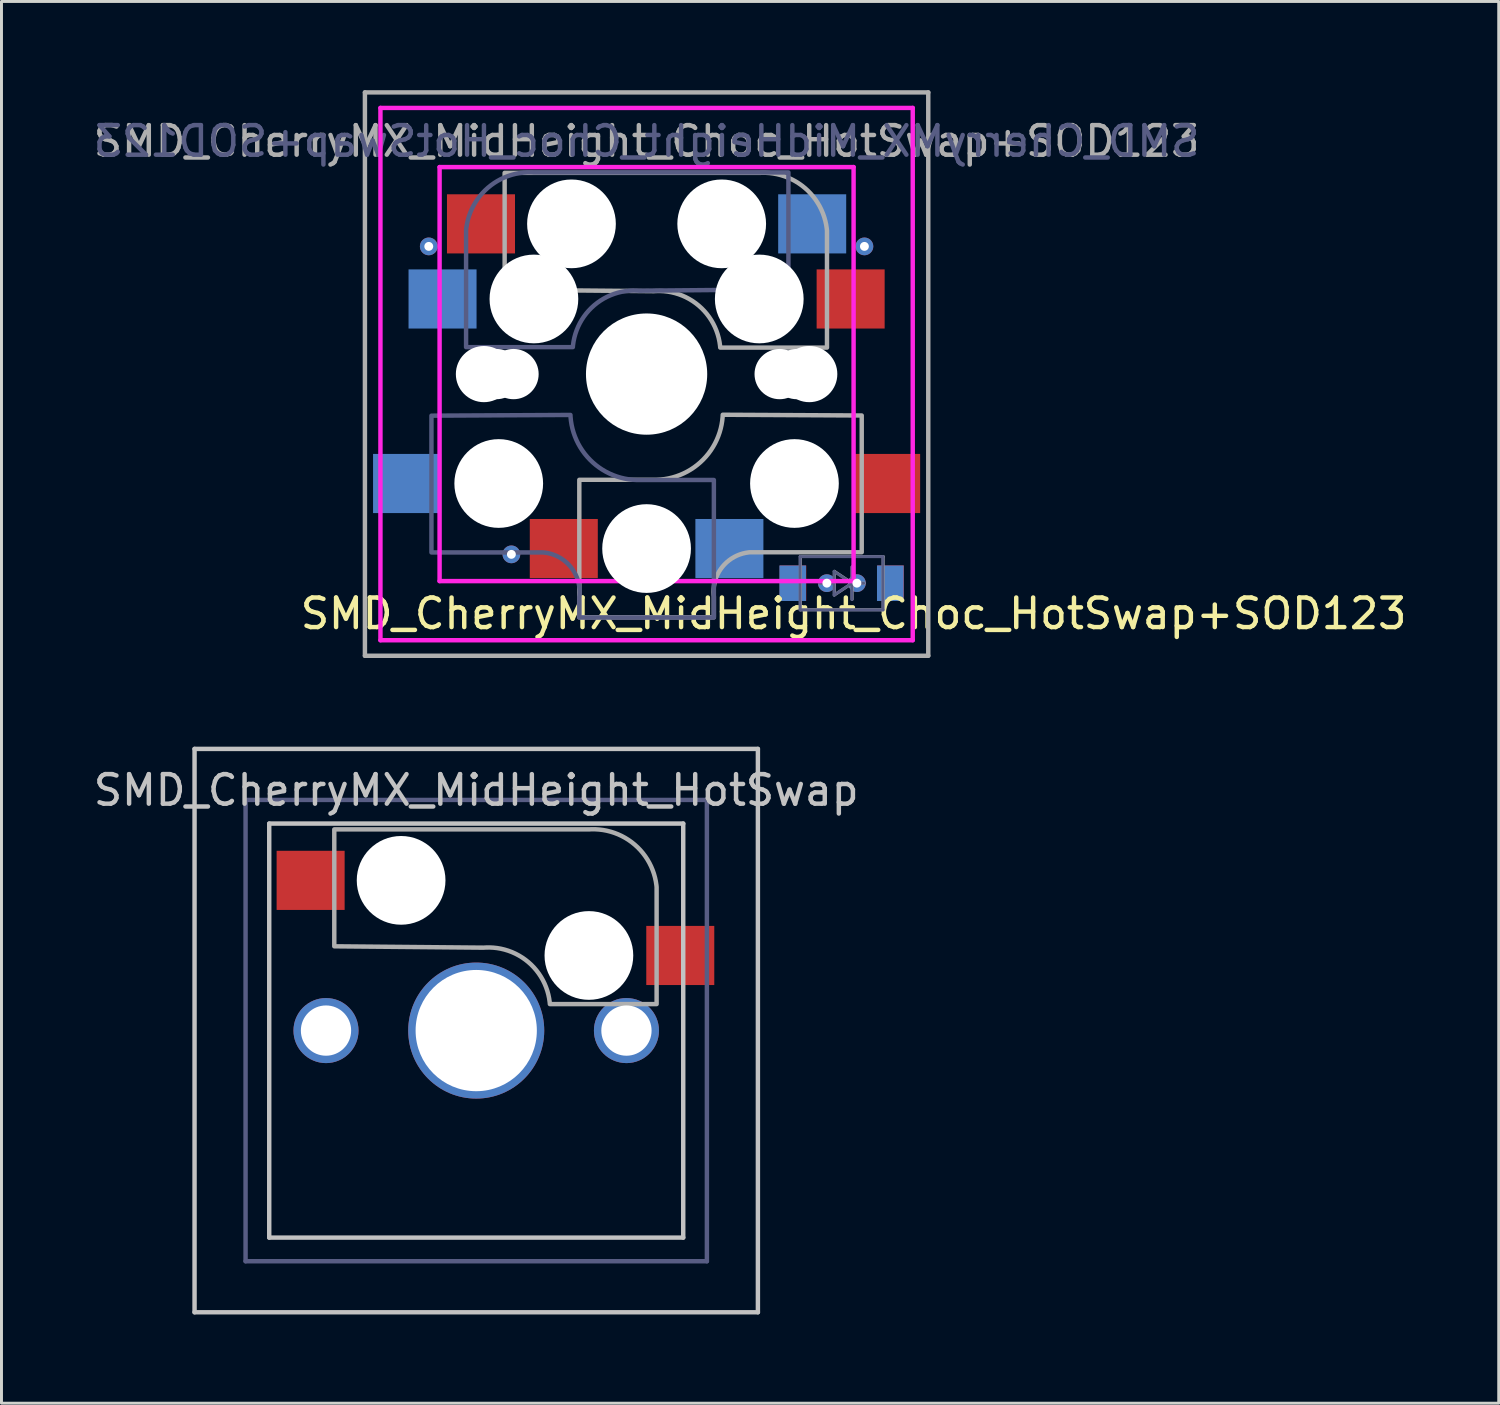
<source format=kicad_pcb>
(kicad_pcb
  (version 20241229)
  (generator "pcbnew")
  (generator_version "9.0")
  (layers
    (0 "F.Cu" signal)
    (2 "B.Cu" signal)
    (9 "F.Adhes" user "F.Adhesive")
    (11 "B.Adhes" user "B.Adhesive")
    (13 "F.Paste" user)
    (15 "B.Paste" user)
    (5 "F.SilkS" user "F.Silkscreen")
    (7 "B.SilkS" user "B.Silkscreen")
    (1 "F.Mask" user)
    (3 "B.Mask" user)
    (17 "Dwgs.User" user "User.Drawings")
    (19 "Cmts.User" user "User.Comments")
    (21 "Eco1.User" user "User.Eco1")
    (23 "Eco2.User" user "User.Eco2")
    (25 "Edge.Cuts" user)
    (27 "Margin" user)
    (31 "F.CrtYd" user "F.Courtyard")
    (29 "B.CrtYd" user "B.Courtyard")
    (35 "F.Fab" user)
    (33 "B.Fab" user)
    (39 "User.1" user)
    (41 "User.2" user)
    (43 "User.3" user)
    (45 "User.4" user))
  (footprint "SMD_CherryMX_MidHeight_Choc_HotSwap+SOD123"
    (layer "F.Cu")
    (at 18.815 9.6)
    (property "Reference" "SMD_CherryMX_MidHeight_Choc_HotSwap+SOD123" (at 7 8.1 0) (layer "F.SilkS") (effects (font (size 1 1) (thickness 0.15))))
    (attr through_hole)
    (fp_line (start -9 -9) (end 9 -9) (stroke (width 0.15) (type solid)) (layer "F.CrtYd"))
    (fp_line (start -9 9) (end -9 -9) (stroke (width 0.15) (type solid)) (layer "F.CrtYd"))
    (fp_line (start -7 -7) (end 7 -7) (stroke (width 0.15) (type solid)) (layer "F.CrtYd"))
    (fp_line (start -7 7) (end -7 -7) (stroke (width 0.15) (type solid)) (layer "F.CrtYd"))
    (fp_line (start 7 -7) (end 7 7) (stroke (width 0.15) (type solid)) (layer "F.CrtYd"))
    (fp_line (start 7 7) (end -7 7) (stroke (width 0.15) (type solid)) (layer "F.CrtYd"))
    (fp_line (start 9 -9) (end 9 9) (stroke (width 0.15) (type solid)) (layer "F.CrtYd"))
    (fp_line (start 9 9) (end -9 9) (stroke (width 0.15) (type solid)) (layer "F.CrtYd"))
    (fp_line (start 5.191 6.173) (end 5.191 7.973) (stroke (width 0.1) (type solid)) (layer "B.Fab"))
    (fp_line (start 5.191 7.973) (end 7.991 7.973) (stroke (width 0.1) (type solid)) (layer "B.Fab"))
    (fp_line (start 6.341 6.673) (end 6.341 7.473) (stroke (width 0.1) (type solid)) (layer "B.Fab"))
    (fp_line (start 6.341 7.073) (end 5.841 7.073) (stroke (width 0.1) (type solid)) (layer "B.Fab"))
    (fp_line (start 6.341 7.473) (end 6.941 7.073) (stroke (width 0.1) (type solid)) (layer "B.Fab"))
    (fp_line (start 6.941 7.073) (end 6.341 6.673) (stroke (width 0.1) (type solid)) (layer "B.Fab"))
    (fp_line (start 6.941 7.073) (end 6.941 6.523) (stroke (width 0.1) (type solid)) (layer "B.Fab"))
    (fp_line (start 6.941 7.073) (end 6.941 7.623) (stroke (width 0.1) (type solid)) (layer "B.Fab"))
    (fp_line (start 7.341 7.073) (end 6.941 7.073) (stroke (width 0.1) (type solid)) (layer "B.Fab"))
    (fp_line (start 7.991 6.173) (end 5.191 6.173) (stroke (width 0.1) (type solid)) (layer "B.Fab"))
    (fp_line (start 7.991 7.973) (end 7.991 6.173) (stroke (width 0.1) (type solid)) (layer "B.Fab"))
    (fp_poly (pts (arc (start -0.275 3.5814) (mid -1.866647 2.943122) (end -2.575 1.3814)) (xy -7.275 1.406) (xy -7.275 6.031) (arc (start -3.5 6.0314) (mid -2.567266 6.519875) (end -2.275 7.5314)) (xy -2.275 8.231) (xy 2.275 8.231) (xy 2.275 3.581)) (stroke (width 0.15) (type solid)) (fill no) (layer "B.Fab"))
    (fp_poly (pts (xy -6.104 -0.911) (arc (start -6.104 -4.8654) (mid -5.362289 -6.303208) (end -3.829 -6.8194)) (xy 4.796 -6.819) (xy 4.796 -2.865) (arc (start -0.254 -2.8194) (mid -1.768403 -2.328431) (end -2.494 -0.9114))) (stroke (width 0.15) (type solid)) (fill no) (layer "B.Fab"))
    (fp_line (start -9.525 -9.525) (end -9.525 9.525) (stroke (width 0.15) (type solid)) (layer "F.Fab"))
    (fp_line (start -9.525 9.525) (end 9.525 9.525) (stroke (width 0.15) (type solid)) (layer "F.Fab"))
    (fp_line (start 5.2 6.17) (end 8 6.17) (stroke (width 0.1) (type solid)) (layer "F.Fab"))
    (fp_line (start 5.2 7.97) (end 5.2 6.17) (stroke (width 0.1) (type solid)) (layer "F.Fab"))
    (fp_line (start 6.35 6.67) (end 6.95 7.07) (stroke (width 0.1) (type solid)) (layer "F.Fab"))
    (fp_line (start 6.35 7.07) (end 5.85 7.07) (stroke (width 0.1) (type solid)) (layer "F.Fab"))
    (fp_line (start 6.35 7.47) (end 6.35 6.67) (stroke (width 0.1) (type solid)) (layer "F.Fab"))
    (fp_line (start 6.95 7.07) (end 6.35 7.47) (stroke (width 0.1) (type solid)) (layer "F.Fab"))
    (fp_line (start 6.95 7.07) (end 6.95 6.52) (stroke (width 0.1) (type solid)) (layer "F.Fab"))
    (fp_line (start 6.95 7.07) (end 6.95 7.62) (stroke (width 0.1) (type solid)) (layer "F.Fab"))
    (fp_line (start 7.35 7.07) (end 6.95 7.07) (stroke (width 0.1) (type solid)) (layer "F.Fab"))
    (fp_line (start 8 6.17) (end 8 7.97) (stroke (width 0.1) (type solid)) (layer "F.Fab"))
    (fp_line (start 8 7.97) (end 5.2 7.97) (stroke (width 0.1) (type solid)) (layer "F.Fab"))
    (fp_line (start 9.525 -9.525) (end -9.525 -9.525) (stroke (width 0.15) (type solid)) (layer "F.Fab"))
    (fp_line (start 9.525 9.525) (end 9.525 -9.525) (stroke (width 0.15) (type solid)) (layer "F.Fab"))
    (fp_poly (pts (arc (start 0.275 3.575) (mid 1.866647 2.936722) (end 2.575 1.375)) (xy 7.275 1.4) (xy 7.275 6.025) (arc (start 3.5 6.025) (mid 2.567266 6.513475) (end 2.275 7.525)) (xy 2.275 8.225) (xy -2.275 8.225) (xy -2.275 3.575)) (stroke (width 0.15) (type solid)) (fill no) (layer "F.Fab"))
    (fp_poly (pts (xy 6.1 -0.896) (arc (start 6.1 -4.85) (mid 5.358289 -6.287808) (end 3.825 -6.804)) (xy -4.8 -6.804) (xy -4.8 -2.85) (arc (start 0.25 -2.804) (mid 1.764403 -2.313031) (end 2.49 -0.896))) (stroke (width 0.15) (type solid)) (fill no) (layer "F.Fab"))
    (fp_text user "${REFERENCE}" (at 0 -7.874 180) (layer "B.Fab") (effects (font (size 1 1) (thickness 0.15)) (justify mirror)))
    (fp_text user "${REFERENCE}" (at 0 -7.874 0) (layer "F.Fab") (effects (font (size 1 1) (thickness 0.15))))
    (pad "" np_thru_hole circle (at -5.5 0 90) (size 1.9 1.9) (drill 1.9) (layers "*.Cu" "*.Mask"))
    (pad "" np_thru_hole circle (at -5.08 0) (size 1.7 1.7) (drill 1.7) (layers "*.Cu" "*.Mask"))
    (pad "" np_thru_hole circle (at -5 3.7 90) (size 3 3) (drill 3) (layers "*.Cu" "*.Mask"))
    (pad "" np_thru_hole circle (at -4.5 0) (size 1.7 1.7) (drill 1.7) (layers "*.Cu" "*.Mask"))
    (pad "" np_thru_hole circle (at -3.81 -2.54 180) (size 3 3) (drill 3) (layers "*.Cu" "*.Mask"))
    (pad "" np_thru_hole circle (at -2.54 -5.08 180) (size 3 3) (drill 3) (layers "*.Cu" "*.Mask"))
    (pad "" np_thru_hole circle (at 0 0 90) (size 4.1 4.1) (drill 4.1) (layers "*.Cu" "*.Mask"))
    (pad "" np_thru_hole circle (at 0 5.9 90) (size 3 3) (drill 3) (layers "*.Cu" "*.Mask"))
    (pad "" np_thru_hole circle (at 2.54 -5.08 180) (size 3 3) (drill 3) (layers "*.Cu" "*.Mask"))
    (pad "" np_thru_hole circle (at 3.81 -2.54 180) (size 3 3) (drill 3) (layers "*.Cu" "*.Mask"))
    (pad "" np_thru_hole circle (at 4.5 0) (size 1.7 1.7) (drill 1.7) (layers "*.Cu" "*.Mask"))
    (pad "" np_thru_hole circle (at 5 3.7 270) (size 3 3) (drill 3) (layers "*.Cu" "*.Mask"))
    (pad "" np_thru_hole circle (at 5.08 0) (size 1.7 1.7) (drill 1.7) (layers "*.Cu" "*.Mask"))
    (pad "" np_thru_hole circle (at 5.5 0 90) (size 1.9 1.9) (drill 1.9) (layers "*.Cu" "*.Mask"))
    (pad "1" smd rect (at -8.1 3.7 180) (size 2.3 2) (layers "B.Cu" "B.Mask" "B.Paste"))
    (pad "1" thru_hole circle (at -7.366 -4.318 180) (size 0.6 0.6) (drill 0.3) (layers "*.Cu"))
    (pad "1" smd rect (at -6.9 -2.54 180) (size 2.3 2) (layers "B.Cu" "B.Mask" "B.Paste"))
    (pad "1" smd rect (at -5.6 -5.08 180) (size 2.3 2) (layers "F.Cu" "F.Mask" "F.Paste"))
    (pad "1" thru_hole circle (at -4.572 6.096 180) (size 0.6 0.6) (drill 0.3) (layers "*.Cu" "*.Mask"))
    (pad "1" smd rect (at -2.8 5.9 180) (size 2.3 2) (layers "F.Cu" "F.Mask" "F.Paste"))
    (pad "2" smd rect (at 2.8 5.9 180) (size 2.3 2) (layers "B.Cu" "B.Mask" "B.Paste"))
    (pad "2" smd rect (at 4.941 7.073) (size 0.9 1.2) (layers "B.Cu" "B.Mask" "B.Paste"))
    (pad "2" smd rect (at 4.95 7.07 180) (size 0.9 1.2) (layers "F.Cu" "F.Mask" "F.Paste"))
    (pad "2" smd rect (at 5.6 -5.08 180) (size 2.3 2) (layers "B.Cu" "B.Mask" "B.Paste"))
    (pad "2" thru_hole circle (at 6.096 7.07 270) (size 0.6 0.6) (drill 0.3) (layers "*.Cu" "*.Mask"))
    (pad "2" smd rect (at 6.9 -2.54 180) (size 2.3 2) (layers "F.Cu" "F.Mask" "F.Paste"))
    (pad "2" thru_hole circle (at 7.366 -4.318 180) (size 0.6 0.6) (drill 0.3) (layers "*.Cu" "*.Mask"))
    (pad "2" smd rect (at 8.1 3.7 180) (size 2.3 2) (layers "F.Cu" "F.Mask" "F.Paste"))
    (pad "3" thru_hole circle (at 7.112 7.07 180) (size 0.6 0.6) (drill 0.3) (layers "*.Cu" "*.Mask"))
    (pad "3" smd rect (at 8.241 7.073) (size 0.9 1.2) (layers "B.Cu" "B.Mask" "B.Paste"))
    (pad "3" smd rect (at 8.25 7.07 180) (size 0.9 1.2) (layers "F.Cu" "F.Mask" "F.Paste")))
  (footprint "SMD_CherryMX_MidHeight_HotSwap"
    (layer "F.Cu")
    (at 13.054 31.8)
    (property "Reference" "SMD_CherryMX_MidHeight_HotSwap" (at 0 -8.128 0) (layer "Dwgs.User") (effects (font (size 1 1) (thickness 0.15))))
    (attr through_hole)
    (fp_line (start -9.525 -9.525) (end -9.525 9.525) (stroke (width 0.15) (type solid)) (layer "Dwgs.User"))
    (fp_line (start -9.525 9.525) (end 9.525 9.525) (stroke (width 0.15) (type solid)) (layer "Dwgs.User"))
    (fp_line (start -7 -7) (end 7 -7) (stroke (width 0.15) (type solid)) (layer "Dwgs.User"))
    (fp_line (start -7 7) (end -7 -7) (stroke (width 0.15) (type solid)) (layer "Dwgs.User"))
    (fp_line (start 7 -7) (end 7 7) (stroke (width 0.15) (type solid)) (layer "Dwgs.User"))
    (fp_line (start 7 7) (end -7 7) (stroke (width 0.15) (type solid)) (layer "Dwgs.User"))
    (fp_line (start 9.525 -9.525) (end -9.525 -9.525) (stroke (width 0.15) (type solid)) (layer "Dwgs.User"))
    (fp_line (start 9.525 9.525) (end 9.525 -9.525) (stroke (width 0.15) (type solid)) (layer "Dwgs.User"))
    (fp_line (start -7.8 -7.8) (end 7.8 -7.8) (stroke (width 0.15) (type solid)) (layer "B.Fab"))
    (fp_line (start -7.8 7.8) (end -7.8 -7.8) (stroke (width 0.15) (type solid)) (layer "B.Fab"))
    (fp_line (start 7.8 -7.8) (end 7.8 7.8) (stroke (width 0.15) (type solid)) (layer "B.Fab"))
    (fp_line (start 7.8 7.8) (end -7.8 7.8) (stroke (width 0.15) (type solid)) (layer "B.Fab"))
    (fp_poly (pts (xy 6.1 -0.896) (arc (start 6.1 -4.85) (mid 5.358289 -6.287808) (end 3.825 -6.804)) (xy -4.8 -6.804) (xy -4.8 -2.85) (arc (start 0.25 -2.804) (mid 1.764403 -2.313031) (end 2.49 -0.896))) (stroke (width 0.15) (type solid)) (fill no) (layer "F.Fab"))
    (pad "" thru_hole circle (at -5.08 0) (size 2.2 2.2) (drill 1.7) (layers "*.Cu" "*.Mask"))
    (pad "" np_thru_hole circle (at -2.54 -5.08 180) (size 3 3) (drill 3) (layers "*.Cu" "*.Mask"))
    (pad "" thru_hole circle (at 0 0 90) (size 4.6 4.6) (drill 4.1) (layers "*.Cu" "*.Mask"))
    (pad "" np_thru_hole circle (at 3.81 -2.54 180) (size 3 3) (drill 3) (layers "*.Cu" "*.Mask"))
    (pad "" thru_hole circle (at 5.08 0) (size 2.2 2.2) (drill 1.7) (layers "*.Cu" "*.Mask"))
    (pad "1" smd rect (at -5.6 -5.08 180) (size 2.3 2) (layers "F.Cu" "F.Mask" "F.Paste"))
    (pad "2" smd rect (at 6.9 -2.54 180) (size 2.3 2) (layers "F.Cu" "F.Mask" "F.Paste")))
  (gr_rect
    (start -3 -3)
    (end 47.631 44.4)
    (stroke (width 0.1) (type default))
    (fill no)
    (layer "Edge.Cuts")))
</source>
